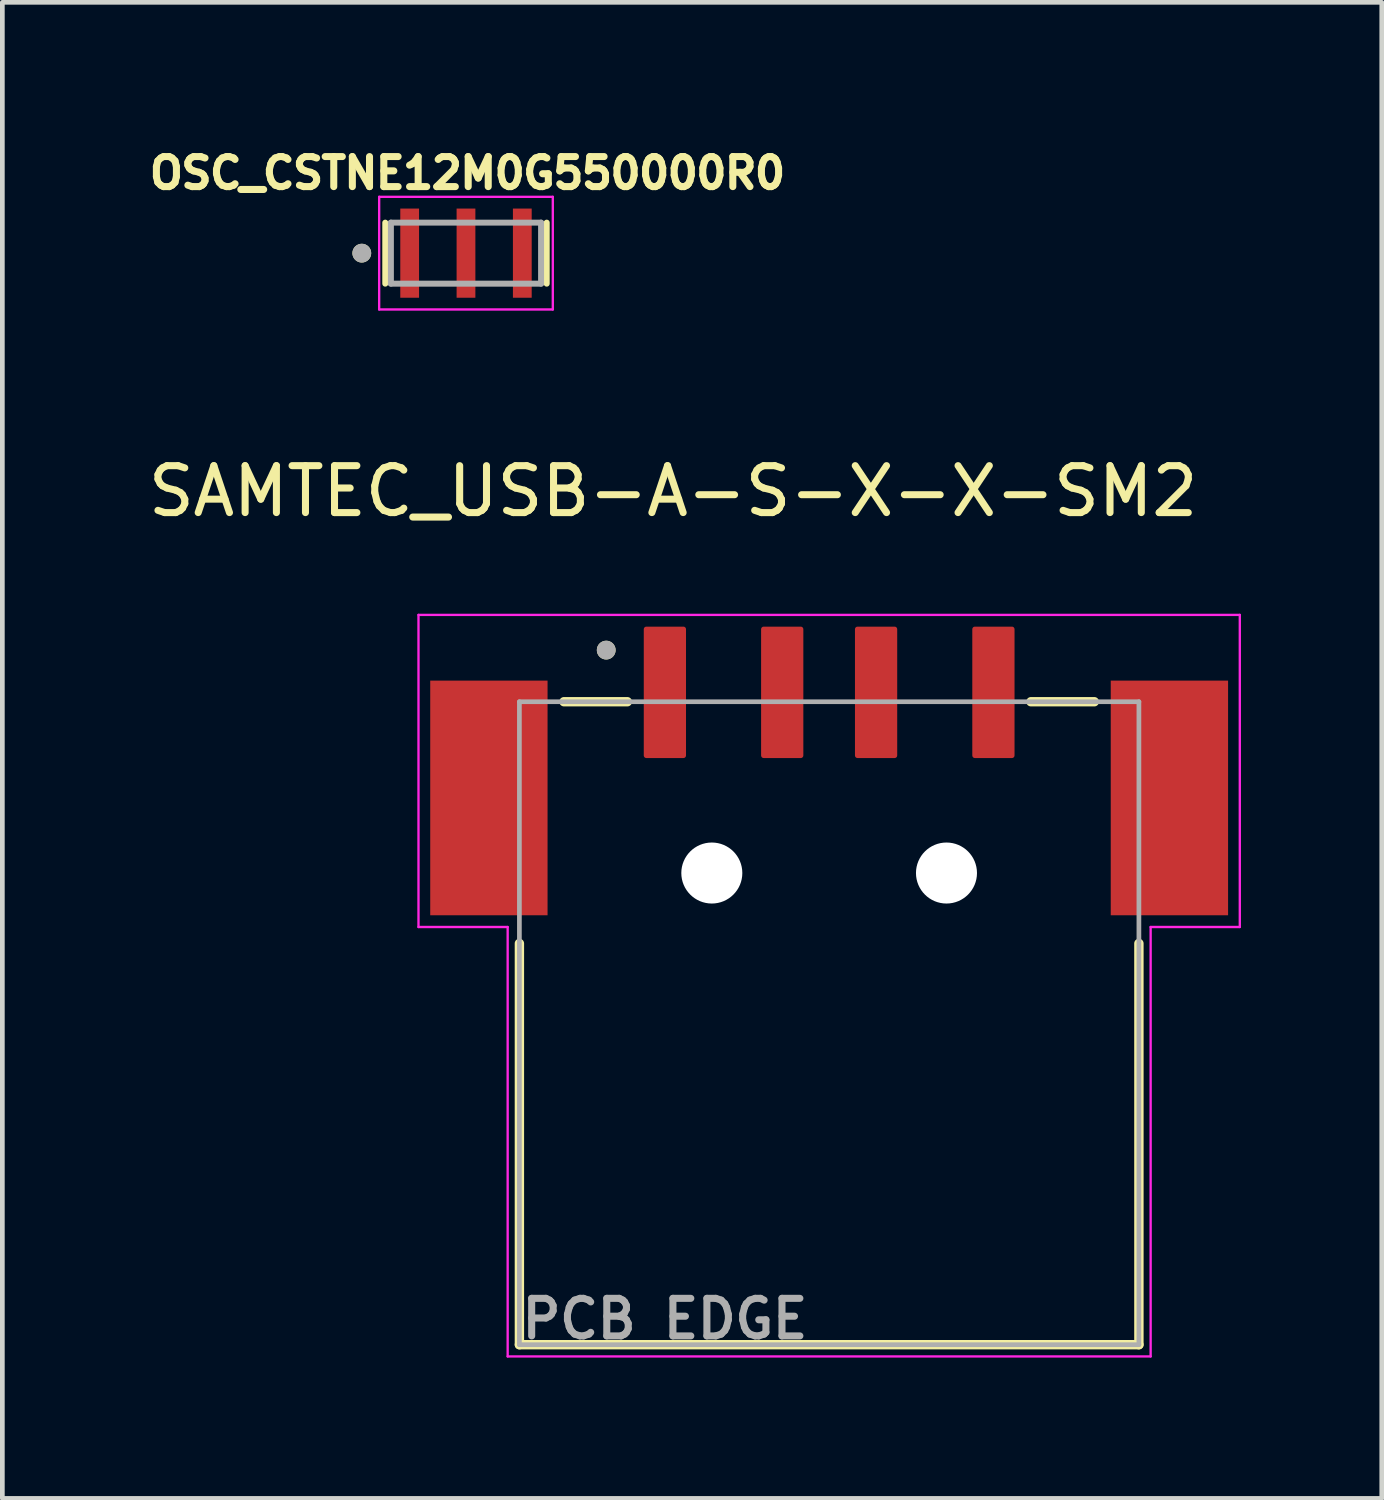
<source format=kicad_pcb>
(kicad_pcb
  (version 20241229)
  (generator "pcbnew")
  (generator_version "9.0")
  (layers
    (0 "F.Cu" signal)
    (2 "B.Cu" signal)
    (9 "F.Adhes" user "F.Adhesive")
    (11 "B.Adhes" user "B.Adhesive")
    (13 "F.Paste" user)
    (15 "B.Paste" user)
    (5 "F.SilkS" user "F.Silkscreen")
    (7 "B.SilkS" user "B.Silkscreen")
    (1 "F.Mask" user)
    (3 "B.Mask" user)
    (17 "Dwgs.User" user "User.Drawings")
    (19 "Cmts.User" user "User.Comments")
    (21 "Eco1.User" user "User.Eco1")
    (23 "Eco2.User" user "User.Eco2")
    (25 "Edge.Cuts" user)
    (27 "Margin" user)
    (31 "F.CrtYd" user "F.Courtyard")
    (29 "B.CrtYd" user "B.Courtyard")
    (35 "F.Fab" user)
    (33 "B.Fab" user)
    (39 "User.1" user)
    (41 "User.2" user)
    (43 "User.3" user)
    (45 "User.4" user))
  (footprint "SAMTEC_USB-A-S-X-X-SM2"
    (layer "F.Cu")
    (at 14.617 15.552)
    (property "Reference" "SAMTEC_USB-A-S-X-X-SM2" (at -3.325 -8.135 0) (layer "F.SilkS") (effects (font (size 1 1) (thickness 0.15))))
    (attr through_hole)
    (fp_line (start -6.6 10.05) (end -6.6 1.5) (stroke (width 0.2) (type solid)) (layer "F.SilkS"))
    (fp_line (start -5.65 -3.65) (end -4.3 -3.65) (stroke (width 0.2) (type solid)) (layer "F.SilkS"))
    (fp_line (start 4.3 -3.65) (end 5.65 -3.65) (stroke (width 0.2) (type solid)) (layer "F.SilkS"))
    (fp_line (start 6.6 1.5) (end 6.6 10.05) (stroke (width 0.2) (type solid)) (layer "F.SilkS"))
    (fp_line (start 6.6 10.05) (end -6.6 10.05) (stroke (width 0.2) (type solid)) (layer "F.SilkS"))
    (fp_circle (center -4.75 -4.75) (end -4.65 -4.75) (stroke (width 0.2) (type solid)) (fill no) (layer "F.SilkS"))
    (fp_line (start -8.75 -5.5) (end 8.75 -5.5) (stroke (width 0.05) (type solid)) (layer "F.CrtYd"))
    (fp_line (start -8.75 1.15) (end -8.75 -5.5) (stroke (width 0.05) (type solid)) (layer "F.CrtYd"))
    (fp_line (start -6.85 1.15) (end -8.75 1.15) (stroke (width 0.05) (type solid)) (layer "F.CrtYd"))
    (fp_line (start -6.85 10.3) (end -6.85 1.15) (stroke (width 0.05) (type solid)) (layer "F.CrtYd"))
    (fp_line (start 6.85 1.15) (end 6.85 10.3) (stroke (width 0.05) (type solid)) (layer "F.CrtYd"))
    (fp_line (start 6.85 10.3) (end -6.85 10.3) (stroke (width 0.05) (type solid)) (layer "F.CrtYd"))
    (fp_line (start 8.75 -5.5) (end 8.75 1.15) (stroke (width 0.05) (type solid)) (layer "F.CrtYd"))
    (fp_line (start 8.75 1.15) (end 6.85 1.15) (stroke (width 0.05) (type solid)) (layer "F.CrtYd"))
    (fp_line (start -6.6 -3.65) (end 6.6 -3.65) (stroke (width 0.1) (type solid)) (layer "F.Fab"))
    (fp_line (start -6.6 10.05) (end -6.6 -3.65) (stroke (width 0.1) (type solid)) (layer "F.Fab"))
    (fp_line (start 6.6 -3.65) (end 6.6 10.05) (stroke (width 0.1) (type solid)) (layer "F.Fab"))
    (fp_line (start 6.6 10.05) (end -6.6 10.05) (stroke (width 0.1) (type solid)) (layer "F.Fab"))
    (fp_circle (center -4.75 -4.75) (end -4.65 -4.75) (stroke (width 0.2) (type solid)) (fill no) (layer "F.Fab"))
    (fp_text user "PCB EDGE" (at -3.5 9.5 0) (layer "F.Fab") (effects (font (size 0.8 0.8) (thickness 0.15))))
    (pad "" np_thru_hole circle (at -2.5 0) (size 1.3 1.3) (drill 1.3) (layers "*.Cu" "*.Mask"))
    (pad "" np_thru_hole circle (at 2.5 0) (size 1.3 1.3) (drill 1.3) (layers "*.Cu" "*.Mask"))
    (pad "01" smd roundrect (at -3.5 -3.85) (size 0.9 2.8) (layers "F.Cu" "F.Mask" "F.Paste") (roundrect_rratio 0.06))
    (pad "02" smd roundrect (at -1 -3.85) (size 0.9 2.8) (layers "F.Cu" "F.Mask" "F.Paste") (roundrect_rratio 0.06))
    (pad "03" smd roundrect (at 1 -3.85) (size 0.9 2.8) (layers "F.Cu" "F.Mask" "F.Paste") (roundrect_rratio 0.06))
    (pad "04" smd roundrect (at 3.5 -3.85) (size 0.9 2.8) (layers "F.Cu" "F.Mask" "F.Paste") (roundrect_rratio 0.06))
    (pad "S1" smd rect (at -7.25 -1.6) (size 2.5 5) (layers "F.Cu" "F.Mask" "F.Paste"))
    (pad "S2" smd rect (at 7.25 -1.6) (size 2.5 5) (layers "F.Cu" "F.Mask" "F.Paste")))
  (footprint "OSC_CSTNE12M0G550000R0"
    (layer "F.Cu")
    (at 6.879 2.344)
    (property "Reference" "OSC_CSTNE12M0G550000R0" (at 0.032 -1.706 0) (layer "F.SilkS") (effects (font (size 0.64 0.64) (thickness 0.15))))
    (attr through_hole)
    (fp_line (start -1.72 -0.65) (end -1.72 0.65) (stroke (width 0.127) (type solid)) (layer "F.SilkS"))
    (fp_line (start 1.72 -0.65) (end 1.72 0.65) (stroke (width 0.127) (type solid)) (layer "F.SilkS"))
    (fp_circle (center -2.22 0) (end -2.12 0) (stroke (width 0.2) (type solid)) (fill no) (layer "F.SilkS"))
    (fp_line (start -1.85 -1.2) (end 1.85 -1.2) (stroke (width 0.05) (type solid)) (layer "F.CrtYd"))
    (fp_line (start -1.85 1.2) (end -1.85 -1.2) (stroke (width 0.05) (type solid)) (layer "F.CrtYd"))
    (fp_line (start 1.85 -1.2) (end 1.85 1.2) (stroke (width 0.05) (type solid)) (layer "F.CrtYd"))
    (fp_line (start 1.85 1.2) (end -1.85 1.2) (stroke (width 0.05) (type solid)) (layer "F.CrtYd"))
    (fp_line (start -1.6 -0.65) (end -1.6 0.65) (stroke (width 0.127) (type solid)) (layer "F.Fab"))
    (fp_line (start -1.6 -0.65) (end 1.6 -0.65) (stroke (width 0.127) (type solid)) (layer "F.Fab"))
    (fp_line (start 1.6 -0.65) (end 1.6 0.65) (stroke (width 0.127) (type solid)) (layer "F.Fab"))
    (fp_line (start 1.6 0.65) (end -1.6 0.65) (stroke (width 0.127) (type solid)) (layer "F.Fab"))
    (fp_circle (center -2.22 0) (end -2.12 0) (stroke (width 0.2) (type solid)) (fill no) (layer "F.Fab"))
    (pad "1" smd rect (at -1.2 0) (size 0.4 1.9) (layers "F.Cu" "F.Mask" "F.Paste"))
    (pad "2" smd rect (at 0 0) (size 0.4 1.9) (layers "F.Cu" "F.Mask" "F.Paste"))
    (pad "3" smd rect (at 1.2 0) (size 0.4 1.9) (layers "F.Cu" "F.Mask" "F.Paste")))
  (gr_rect
    (start -3 -3)
    (end 26.392 28.877)
    (stroke (width 0.1) (type default))
    (fill no)
    (layer "Edge.Cuts")))
</source>
